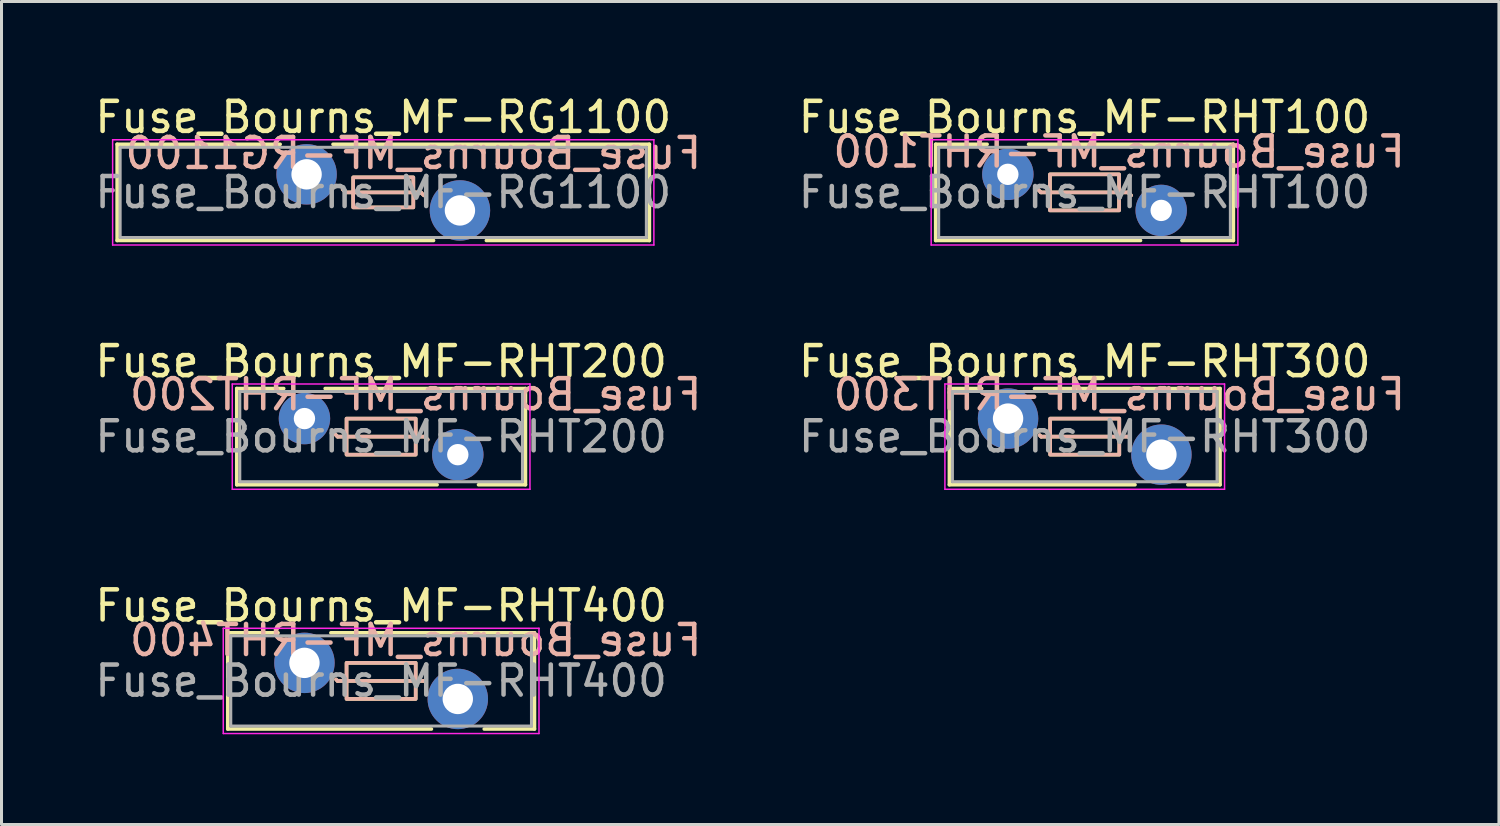
<source format=kicad_pcb>
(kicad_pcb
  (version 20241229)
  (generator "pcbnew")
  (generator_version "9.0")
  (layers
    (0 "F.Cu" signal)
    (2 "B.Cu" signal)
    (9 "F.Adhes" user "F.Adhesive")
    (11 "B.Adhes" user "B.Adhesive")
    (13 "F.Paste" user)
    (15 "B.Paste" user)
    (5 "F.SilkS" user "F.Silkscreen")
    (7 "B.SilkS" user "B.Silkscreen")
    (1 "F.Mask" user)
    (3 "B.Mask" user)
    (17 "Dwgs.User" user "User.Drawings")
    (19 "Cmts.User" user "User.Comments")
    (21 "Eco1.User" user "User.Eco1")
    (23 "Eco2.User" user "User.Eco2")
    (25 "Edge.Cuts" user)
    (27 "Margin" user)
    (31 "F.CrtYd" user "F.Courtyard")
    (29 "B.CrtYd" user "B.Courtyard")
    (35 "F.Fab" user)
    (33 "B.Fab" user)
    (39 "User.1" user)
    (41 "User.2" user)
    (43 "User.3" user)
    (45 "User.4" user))
  (footprint "Fuse_Bourns_MF-RHT100"
    (layer "F.Cu")
    (at 30.468 2.748)
    (property "Reference" "Fuse_Bourns_MF-RHT100" (at 2.55 -1.9 0) (layer "F.SilkS") (effects (font (size 1 1) (thickness 0.15))))
    (fp_line (start -2.4 -1) (end -2.4 2.2) (stroke (width 0.12) (type solid)) (layer "F.SilkS"))
    (fp_line (start -2.4 -1) (end -0.689 -1) (stroke (width 0.12) (type solid)) (layer "F.SilkS"))
    (fp_line (start -2.4 2.2) (end 4.412 2.2) (stroke (width 0.12) (type solid)) (layer "F.SilkS"))
    (fp_line (start 0.689 -1) (end 7.5 -1) (stroke (width 0.12) (type solid)) (layer "F.SilkS"))
    (fp_line (start 1.1 0.6) (end 1 0.5) (stroke (width 0.12) (type solid)) (layer "F.SilkS"))
    (fp_line (start 4 0.6) (end 1.1 0.6) (stroke (width 0.12) (type solid)) (layer "F.SilkS"))
    (fp_line (start 4 0.6) (end 4.1 0.7) (stroke (width 0.12) (type solid)) (layer "F.SilkS"))
    (fp_line (start 5.789 2.2) (end 7.5 2.2) (stroke (width 0.12) (type solid)) (layer "F.SilkS"))
    (fp_line (start 7.5 -1) (end 7.5 2.2) (stroke (width 0.12) (type solid)) (layer "F.SilkS"))
    (fp_rect (start 1.4 0) (end 3.7 1.2) (stroke (width 0.12) (type solid)) (fill no) (layer "F.SilkS"))
    (fp_line (start 1 0.5) (end 1.1 0.6) (stroke (width 0.12) (type solid)) (layer "B.SilkS"))
    (fp_line (start 1.1 0.6) (end 4 0.6) (stroke (width 0.12) (type solid)) (layer "B.SilkS"))
    (fp_line (start 4 0.6) (end 4.1 0.7) (stroke (width 0.12) (type solid)) (layer "B.SilkS"))
    (fp_rect (start 1.4 0) (end 3.7 1.2) (stroke (width 0.12) (type solid)) (fill no) (layer "B.SilkS"))
    (fp_line (start -2.55 -1.15) (end -2.55 2.35) (stroke (width 0.05) (type solid)) (layer "F.CrtYd"))
    (fp_line (start -2.55 2.35) (end 7.65 2.35) (stroke (width 0.05) (type solid)) (layer "F.CrtYd"))
    (fp_line (start 7.65 -1.15) (end -2.55 -1.15) (stroke (width 0.05) (type solid)) (layer "F.CrtYd"))
    (fp_line (start 7.65 2.35) (end 7.65 -1.15) (stroke (width 0.05) (type solid)) (layer "F.CrtYd"))
    (fp_line (start -2.3 -0.9) (end -2.3 2.1) (stroke (width 0.1) (type solid)) (layer "F.Fab"))
    (fp_line (start -2.3 2.1) (end 7.4 2.1) (stroke (width 0.1) (type solid)) (layer "F.Fab"))
    (fp_line (start 7.4 -0.9) (end -2.3 -0.9) (stroke (width 0.1) (type solid)) (layer "F.Fab"))
    (fp_line (start 7.4 2.1) (end 7.4 -0.9) (stroke (width 0.1) (type solid)) (layer "F.Fab"))
    (fp_text user "${REFERENCE}" (at 3.7 -0.75 0) (layer "B.SilkS") (effects (font (size 1 1) (thickness 0.15)) (justify mirror)))
    (fp_text user "${REFERENCE}" (at 2.55 0.6 0) (layer "F.Fab") (effects (font (size 1 1) (thickness 0.15))))
    (pad "1" thru_hole circle (at 0 0) (size 1.71 1.71) (drill 0.71) (layers "*.Cu" "*.Mask"))
    (pad "2" thru_hole circle (at 5.1 1.2) (size 1.71 1.71) (drill 0.71) (layers "*.Cu" "*.Mask")))
  (footprint "Fuse_Bourns_MF-RHT300"
    (layer "F.Cu")
    (at 30.475 10.871)
    (property "Reference" "Fuse_Bourns_MF-RHT300" (at 2.55 -1.9 0) (layer "F.SilkS") (effects (font (size 1 1) (thickness 0.15))))
    (fp_line (start -1.951 -1) (end -1.951 2.2) (stroke (width 0.12) (type solid)) (layer "F.SilkS"))
    (fp_line (start -1.951 -1) (end -0.879 -1) (stroke (width 0.12) (type solid)) (layer "F.SilkS"))
    (fp_line (start -1.951 2.2) (end 4.222 2.2) (stroke (width 0.12) (type solid)) (layer "F.SilkS"))
    (fp_line (start 0.879 -1) (end 7.05 -1) (stroke (width 0.12) (type solid)) (layer "F.SilkS"))
    (fp_line (start 1.1 0.6) (end 1.05 0.55) (stroke (width 0.12) (type solid)) (layer "F.SilkS"))
    (fp_line (start 4 0.6) (end 1.1 0.6) (stroke (width 0.12) (type solid)) (layer "F.SilkS"))
    (fp_line (start 4 0.6) (end 4.05 0.65) (stroke (width 0.12) (type solid)) (layer "F.SilkS"))
    (fp_line (start 5.979 2.2) (end 7.05 2.2) (stroke (width 0.12) (type solid)) (layer "F.SilkS"))
    (fp_line (start 7.05 -1) (end 7.05 2.2) (stroke (width 0.12) (type solid)) (layer "F.SilkS"))
    (fp_rect (start 1.4 0) (end 3.7 1.2) (stroke (width 0.12) (type solid)) (fill no) (layer "F.SilkS"))
    (fp_line (start 1.05 0.55) (end 1.1 0.6) (stroke (width 0.12) (type solid)) (layer "B.SilkS"))
    (fp_line (start 1.1 0.6) (end 4 0.6) (stroke (width 0.12) (type solid)) (layer "B.SilkS"))
    (fp_line (start 4 0.6) (end 4.05 0.65) (stroke (width 0.12) (type solid)) (layer "B.SilkS"))
    (fp_rect (start 1.4 0) (end 3.7 1.2) (stroke (width 0.12) (type solid)) (fill no) (layer "B.SilkS"))
    (fp_line (start -2.1 -1.15) (end -2.1 2.35) (stroke (width 0.05) (type solid)) (layer "F.CrtYd"))
    (fp_line (start -2.1 2.35) (end 7.2 2.35) (stroke (width 0.05) (type solid)) (layer "F.CrtYd"))
    (fp_line (start 7.2 -1.15) (end -2.1 -1.15) (stroke (width 0.05) (type solid)) (layer "F.CrtYd"))
    (fp_line (start 7.2 2.35) (end 7.2 -1.15) (stroke (width 0.05) (type solid)) (layer "F.CrtYd"))
    (fp_line (start -1.85 -0.9) (end -1.85 2.1) (stroke (width 0.1) (type solid)) (layer "F.Fab"))
    (fp_line (start -1.85 2.1) (end 6.95 2.1) (stroke (width 0.1) (type solid)) (layer "F.Fab"))
    (fp_line (start 6.95 -0.9) (end -1.85 -0.9) (stroke (width 0.1) (type solid)) (layer "F.Fab"))
    (fp_line (start 6.95 2.1) (end 6.95 -0.9) (stroke (width 0.1) (type solid)) (layer "F.Fab"))
    (fp_text user "${REFERENCE}" (at 3.7 -0.8 0) (layer "B.SilkS") (effects (font (size 1 1) (thickness 0.15)) (justify mirror)))
    (fp_text user "${REFERENCE}" (at 2.55 0.6 0) (layer "F.Fab") (effects (font (size 1 1) (thickness 0.15))))
    (pad "1" thru_hole circle (at 0 0) (size 2.01 2.01) (drill 1.01) (layers "*.Cu" "*.Mask"))
    (pad "2" thru_hole circle (at 5.1 1.2) (size 2.01 2.01) (drill 1.01) (layers "*.Cu" "*.Mask")))
  (footprint "Fuse_Bourns_MF-RHT400"
    (layer "F.Cu")
    (at 7.075 18.995)
    (property "Reference" "Fuse_Bourns_MF-RHT400" (at 2.55 -1.9 0) (layer "F.SilkS") (effects (font (size 1 1) (thickness 0.15))))
    (fp_line (start -2.55 -1) (end -2.55 2.2) (stroke (width 0.12) (type solid)) (layer "F.SilkS"))
    (fp_line (start -2.55 -1) (end -0.879 -1) (stroke (width 0.12) (type solid)) (layer "F.SilkS"))
    (fp_line (start -2.55 2.2) (end 4.222 2.2) (stroke (width 0.12) (type solid)) (layer "F.SilkS"))
    (fp_line (start 0.879 -1) (end 7.65 -1) (stroke (width 0.12) (type solid)) (layer "F.SilkS"))
    (fp_line (start 1.1 0.6) (end 1.05 0.55) (stroke (width 0.12) (type solid)) (layer "F.SilkS"))
    (fp_line (start 4 0.6) (end 1.1 0.6) (stroke (width 0.12) (type solid)) (layer "F.SilkS"))
    (fp_line (start 4 0.6) (end 4.05 0.65) (stroke (width 0.12) (type solid)) (layer "F.SilkS"))
    (fp_line (start 5.979 2.2) (end 7.65 2.2) (stroke (width 0.12) (type solid)) (layer "F.SilkS"))
    (fp_line (start 7.65 -1) (end 7.65 2.2) (stroke (width 0.12) (type solid)) (layer "F.SilkS"))
    (fp_rect (start 1.4 0) (end 3.7 1.2) (stroke (width 0.12) (type solid)) (fill no) (layer "F.SilkS"))
    (fp_line (start 1.05 0.55) (end 1.1 0.6) (stroke (width 0.12) (type solid)) (layer "B.SilkS"))
    (fp_line (start 1.1 0.6) (end 4 0.6) (stroke (width 0.12) (type solid)) (layer "B.SilkS"))
    (fp_line (start 4 0.6) (end 4.05 0.65) (stroke (width 0.12) (type solid)) (layer "B.SilkS"))
    (fp_rect (start 1.4 0) (end 3.7 1.2) (stroke (width 0.12) (type solid)) (fill no) (layer "B.SilkS"))
    (fp_line (start -2.7 -1.15) (end -2.7 2.35) (stroke (width 0.05) (type solid)) (layer "F.CrtYd"))
    (fp_line (start -2.7 2.35) (end 7.8 2.35) (stroke (width 0.05) (type solid)) (layer "F.CrtYd"))
    (fp_line (start 7.8 -1.15) (end -2.7 -1.15) (stroke (width 0.05) (type solid)) (layer "F.CrtYd"))
    (fp_line (start 7.8 2.35) (end 7.8 -1.15) (stroke (width 0.05) (type solid)) (layer "F.CrtYd"))
    (fp_line (start -2.45 -0.9) (end -2.45 2.1) (stroke (width 0.1) (type solid)) (layer "F.Fab"))
    (fp_line (start -2.45 2.1) (end 7.55 2.1) (stroke (width 0.1) (type solid)) (layer "F.Fab"))
    (fp_line (start 7.55 -0.9) (end -2.45 -0.9) (stroke (width 0.1) (type solid)) (layer "F.Fab"))
    (fp_line (start 7.55 2.1) (end 7.55 -0.9) (stroke (width 0.1) (type solid)) (layer "F.Fab"))
    (fp_text user "${REFERENCE}" (at 3.7 -0.75 0) (layer "B.SilkS") (effects (font (size 1 1) (thickness 0.15)) (justify mirror)))
    (fp_text user "${REFERENCE}" (at 2.55 0.6 0) (layer "F.Fab") (effects (font (size 1 1) (thickness 0.15))))
    (pad "1" thru_hole circle (at 0 0) (size 2.01 2.01) (drill 1.01) (layers "*.Cu" "*.Mask"))
    (pad "2" thru_hole circle (at 5.1 1.2) (size 2.01 2.01) (drill 1.01) (layers "*.Cu" "*.Mask")))
  (footprint "Fuse_Bourns_MF-RG1100"
    (layer "F.Cu")
    (at 7.146 2.748)
    (property "Reference" "Fuse_Bourns_MF-RG1100" (at 2.55 -1.9 0) (layer "F.SilkS") (effects (font (size 1 1) (thickness 0.15))))
    (fp_line (start -6.3 -1) (end -6.3 2.2) (stroke (width 0.12) (type solid)) (layer "F.SilkS"))
    (fp_line (start -6.3 -1) (end -0.879 -1) (stroke (width 0.12) (type solid)) (layer "F.SilkS"))
    (fp_line (start -6.3 2.2) (end 4.222 2.2) (stroke (width 0.12) (type solid)) (layer "F.SilkS"))
    (fp_line (start 0.879 -1) (end 11.4 -1) (stroke (width 0.12) (type solid)) (layer "F.SilkS"))
    (fp_line (start 1.3 0.6) (end 1.2 0.5) (stroke (width 0.12) (type solid)) (layer "F.SilkS"))
    (fp_line (start 3.8 0.6) (end 1.3 0.6) (stroke (width 0.12) (type solid)) (layer "F.SilkS"))
    (fp_line (start 3.8 0.6) (end 3.9 0.7) (stroke (width 0.12) (type solid)) (layer "F.SilkS"))
    (fp_line (start 5.979 2.2) (end 11.4 2.2) (stroke (width 0.12) (type solid)) (layer "F.SilkS"))
    (fp_line (start 11.4 -1) (end 11.4 2.2) (stroke (width 0.12) (type solid)) (layer "F.SilkS"))
    (fp_rect (start 1.55 0.1) (end 3.55 1.1) (stroke (width 0.12) (type solid)) (fill no) (layer "F.SilkS"))
    (fp_line (start 1.2 0.5) (end 1.3 0.6) (stroke (width 0.12) (type solid)) (layer "B.SilkS"))
    (fp_line (start 1.3 0.6) (end 3.8 0.6) (stroke (width 0.12) (type solid)) (layer "B.SilkS"))
    (fp_line (start 3.8 0.6) (end 3.9 0.7) (stroke (width 0.12) (type solid)) (layer "B.SilkS"))
    (fp_rect (start 1.55 0.1) (end 3.55 1.1) (stroke (width 0.12) (type solid)) (fill no) (layer "B.SilkS"))
    (fp_line (start -6.45 -1.15) (end -6.45 2.35) (stroke (width 0.05) (type solid)) (layer "F.CrtYd"))
    (fp_line (start -6.45 2.35) (end 11.55 2.35) (stroke (width 0.05) (type solid)) (layer "F.CrtYd"))
    (fp_line (start 11.55 -1.15) (end -6.45 -1.15) (stroke (width 0.05) (type solid)) (layer "F.CrtYd"))
    (fp_line (start 11.55 2.35) (end 11.55 -1.15) (stroke (width 0.05) (type solid)) (layer "F.CrtYd"))
    (fp_line (start -6.2 -0.9) (end -6.2 2.1) (stroke (width 0.1) (type solid)) (layer "F.Fab"))
    (fp_line (start -6.2 2.1) (end 11.3 2.1) (stroke (width 0.1) (type solid)) (layer "F.Fab"))
    (fp_line (start 11.3 -0.9) (end -6.2 -0.9) (stroke (width 0.1) (type solid)) (layer "F.Fab"))
    (fp_line (start 11.3 2.1) (end 11.3 -0.9) (stroke (width 0.1) (type solid)) (layer "F.Fab"))
    (fp_text user "${REFERENCE}" (at 3.55 -0.7 0) (layer "B.SilkS") (effects (font (size 1 1) (thickness 0.15)) (justify mirror)))
    (fp_text user "${REFERENCE}" (at 2.55 0.6 0) (layer "F.Fab") (effects (font (size 1 1) (thickness 0.15))))
    (pad "1" thru_hole circle (at 0 0) (size 2.01 2.01) (drill 1.01) (layers "*.Cu" "*.Mask"))
    (pad "2" thru_hole circle (at 5.1 1.2) (size 2.01 2.01) (drill 1.01) (layers "*.Cu" "*.Mask")))
  (footprint "Fuse_Bourns_MF-RHT200"
    (layer "F.Cu")
    (at 7.075 10.871)
    (property "Reference" "Fuse_Bourns_MF-RHT200" (at 2.55 -1.9 0) (layer "F.SilkS") (effects (font (size 1 1) (thickness 0.15))))
    (fp_line (start -2.251 -1) (end -2.251 2.2) (stroke (width 0.12) (type solid)) (layer "F.SilkS"))
    (fp_line (start -2.251 -1) (end -0.689 -1) (stroke (width 0.12) (type solid)) (layer "F.SilkS"))
    (fp_line (start -2.251 2.2) (end 4.412 2.2) (stroke (width 0.12) (type solid)) (layer "F.SilkS"))
    (fp_line (start 0.689 -1) (end 7.35 -1) (stroke (width 0.12) (type solid)) (layer "F.SilkS"))
    (fp_line (start 1.1 0.6) (end 1 0.5) (stroke (width 0.12) (type solid)) (layer "F.SilkS"))
    (fp_line (start 4 0.6) (end 1.1 0.6) (stroke (width 0.12) (type solid)) (layer "F.SilkS"))
    (fp_line (start 4 0.6) (end 4.1 0.7) (stroke (width 0.12) (type solid)) (layer "F.SilkS"))
    (fp_line (start 5.789 2.2) (end 7.35 2.2) (stroke (width 0.12) (type solid)) (layer "F.SilkS"))
    (fp_line (start 7.35 -1) (end 7.35 2.2) (stroke (width 0.12) (type solid)) (layer "F.SilkS"))
    (fp_rect (start 1.4 0) (end 3.7 1.2) (stroke (width 0.12) (type solid)) (fill no) (layer "F.SilkS"))
    (fp_line (start 1 0.5) (end 1.1 0.6) (stroke (width 0.12) (type solid)) (layer "B.SilkS"))
    (fp_line (start 1.1 0.6) (end 4 0.6) (stroke (width 0.12) (type solid)) (layer "B.SilkS"))
    (fp_line (start 4 0.6) (end 4.1 0.7) (stroke (width 0.12) (type solid)) (layer "B.SilkS"))
    (fp_rect (start 1.4 0) (end 3.7 1.2) (stroke (width 0.12) (type solid)) (fill no) (layer "B.SilkS"))
    (fp_line (start -2.4 -1.15) (end -2.4 2.35) (stroke (width 0.05) (type solid)) (layer "F.CrtYd"))
    (fp_line (start -2.4 2.35) (end 7.5 2.35) (stroke (width 0.05) (type solid)) (layer "F.CrtYd"))
    (fp_line (start 7.5 -1.15) (end -2.4 -1.15) (stroke (width 0.05) (type solid)) (layer "F.CrtYd"))
    (fp_line (start 7.5 2.35) (end 7.5 -1.15) (stroke (width 0.05) (type solid)) (layer "F.CrtYd"))
    (fp_line (start -2.15 -0.9) (end -2.15 2.1) (stroke (width 0.1) (type solid)) (layer "F.Fab"))
    (fp_line (start -2.15 2.1) (end 7.25 2.1) (stroke (width 0.1) (type solid)) (layer "F.Fab"))
    (fp_line (start 7.25 -0.9) (end -2.15 -0.9) (stroke (width 0.1) (type solid)) (layer "F.Fab"))
    (fp_line (start 7.25 2.1) (end 7.25 -0.9) (stroke (width 0.1) (type solid)) (layer "F.Fab"))
    (fp_text user "${REFERENCE}" (at 3.7 -0.8 0) (layer "B.SilkS") (effects (font (size 1 1) (thickness 0.15)) (justify mirror)))
    (fp_text user "${REFERENCE}" (at 2.55 0.6 0) (layer "F.Fab") (effects (font (size 1 1) (thickness 0.15))))
    (pad "1" thru_hole circle (at 0 0) (size 1.71 1.71) (drill 0.71) (layers "*.Cu" "*.Mask"))
    (pad "2" thru_hole circle (at 5.1 1.2) (size 1.71 1.71) (drill 0.71) (layers "*.Cu" "*.Mask")))
  (gr_rect
    (start -3 -3)
    (end 46.8 24.37)
    (stroke (width 0.1) (type default))
    (fill no)
    (layer "Edge.Cuts")))
</source>
